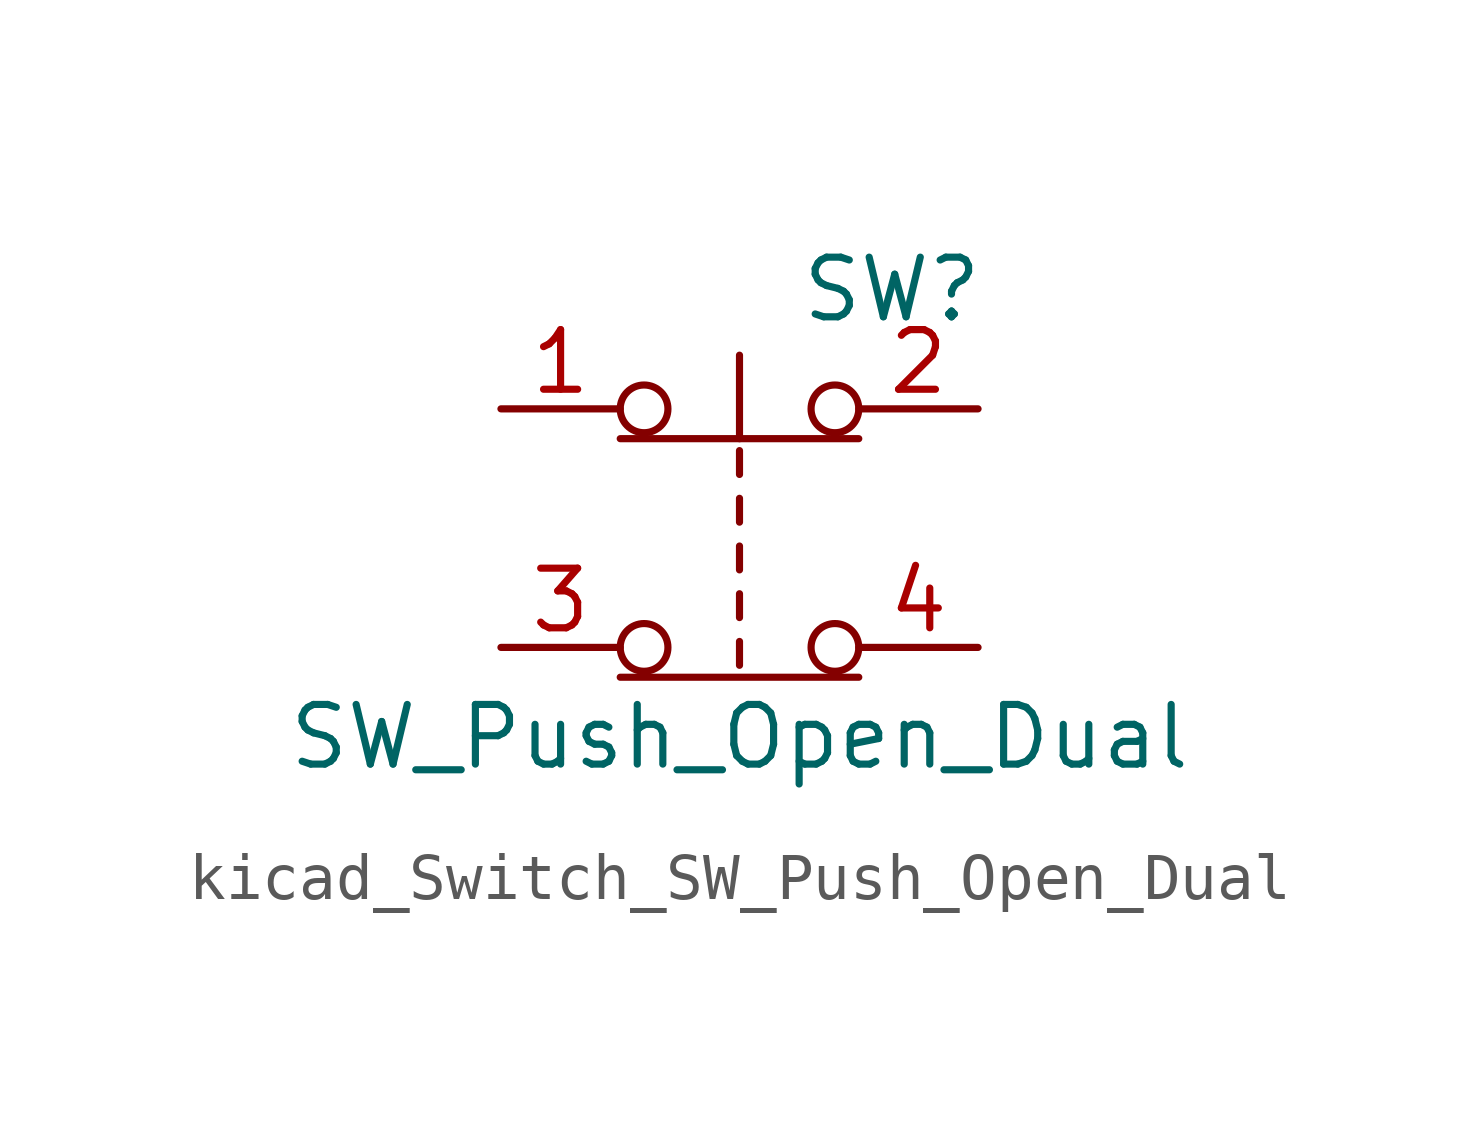
<source format=kicad_sym>
(kicad_symbol_lib
  (version 20220914)
  (generator kicad_symbol_editor)
  (symbol "kicad_Switch_SW_Push_Open_Dual"
    (pin_names
      (offset 1.016) hide)
    (property "Reference" "SW"
      (at 1.27 2.54 0)
      (effects (font (size 1.27 1.27)) (justify left)))
    (property "Value" "SW_Push_Open_Dual"
      (at 0 -6.985 0)
      (effects (font (size 1.27 1.27))))
    (symbol "kicad_Switch_SW_Push_Open_Dual_0_1"
      (circle (center -2.032 -5.08) (radius 0.508) (stroke (width 0) (type default)) (fill (type none)))
      (circle (center -2.032 0) (radius 0.508) (stroke (width 0) (type default)) (fill (type none)))
      (polyline (pts (xy 0 -4.953) (xy 0 -5.461)) (stroke (width 0) (type default)) (fill (type none)))
      (polyline (pts (xy 0 -3.937) (xy 0 -4.445)) (stroke (width 0) (type default)) (fill (type none)))
      (polyline (pts (xy 0 -3.429) (xy 0 -2.921)) (stroke (width 0) (type default)) (fill (type none)))
      (polyline (pts (xy 0 -2.413) (xy 0 -1.905)) (stroke (width 0) (type default)) (fill (type none)))
      (polyline (pts (xy 0 -1.397) (xy 0 -0.889)) (stroke (width 0) (type default)) (fill (type none)))
      (polyline (pts (xy 0 -0.635) (xy 0 1.143)) (stroke (width 0) (type default)) (fill (type none)))
      (polyline (pts (xy 2.54 -5.715) (xy -2.54 -5.715)) (stroke (width 0) (type default)) (fill (type none)))
      (polyline (pts (xy 2.54 -0.635) (xy -2.54 -0.635)) (stroke (width 0) (type default)) (fill (type none)))
      (circle (center 2.032 -5.08) (radius 0.508) (stroke (width 0) (type default)) (fill (type none)))
      (circle (center 2.032 0) (radius 0.508) (stroke (width 0) (type default)) (fill (type none)))
      (pin passive line (at -5.08 0 0) (length 2.54) (name "1" (effects (font (size 1.27 1.27)))) (number "1" (effects (font (size 1.27 1.27)))))
      (pin passive line (at 5.08 0 180) (length 2.54) (name "2" (effects (font (size 1.27 1.27)))) (number "2" (effects (font (size 1.27 1.27)))))
      (pin passive line (at -5.08 -5.08 0) (length 2.54) (name "3" (effects (font (size 1.27 1.27)))) (number "3" (effects (font (size 1.27 1.27)))))
      (pin passive line (at 5.08 -5.08 180) (length 2.54) (name "4" (effects (font (size 1.27 1.27)))) (number "4" (effects (font (size 1.27 1.27))))))))
</source>
